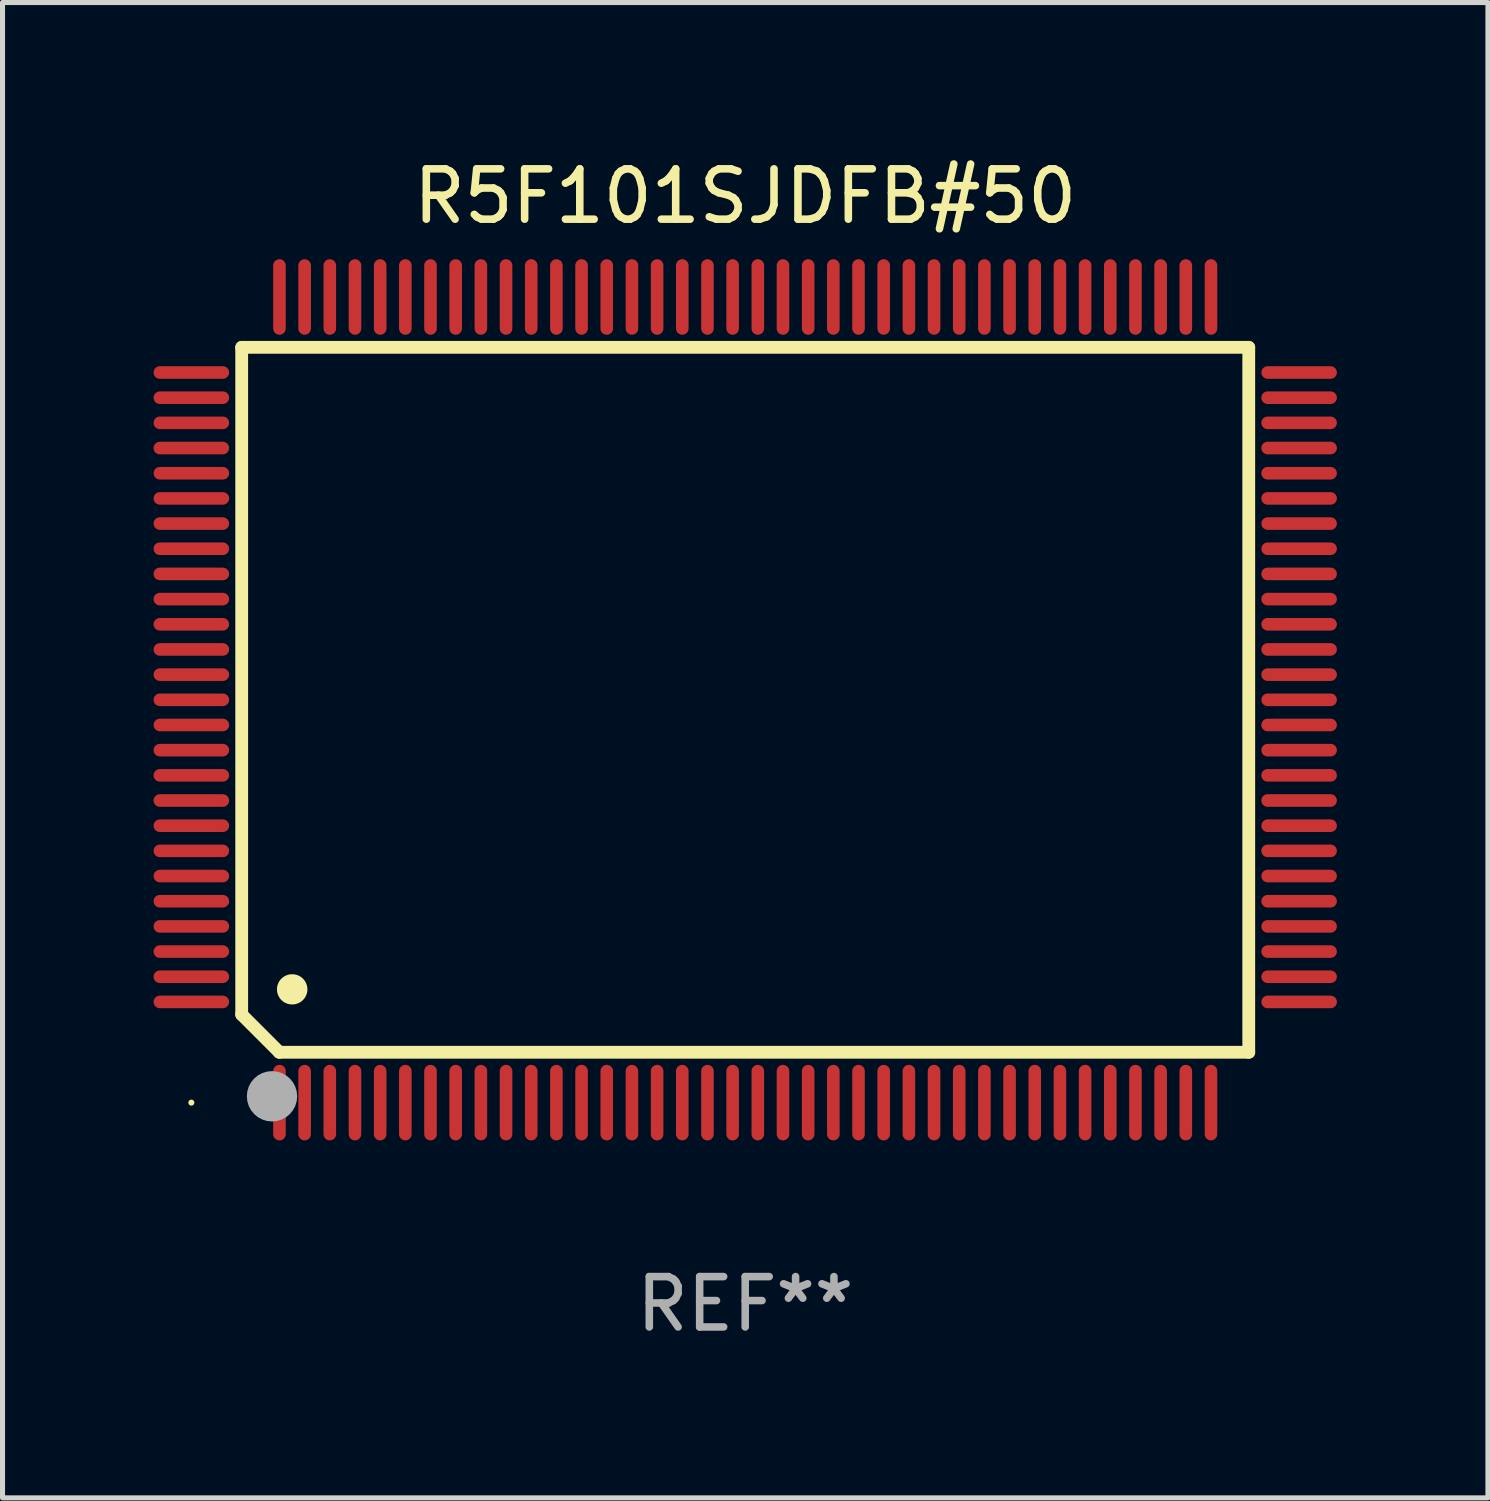
<source format=kicad_pcb>
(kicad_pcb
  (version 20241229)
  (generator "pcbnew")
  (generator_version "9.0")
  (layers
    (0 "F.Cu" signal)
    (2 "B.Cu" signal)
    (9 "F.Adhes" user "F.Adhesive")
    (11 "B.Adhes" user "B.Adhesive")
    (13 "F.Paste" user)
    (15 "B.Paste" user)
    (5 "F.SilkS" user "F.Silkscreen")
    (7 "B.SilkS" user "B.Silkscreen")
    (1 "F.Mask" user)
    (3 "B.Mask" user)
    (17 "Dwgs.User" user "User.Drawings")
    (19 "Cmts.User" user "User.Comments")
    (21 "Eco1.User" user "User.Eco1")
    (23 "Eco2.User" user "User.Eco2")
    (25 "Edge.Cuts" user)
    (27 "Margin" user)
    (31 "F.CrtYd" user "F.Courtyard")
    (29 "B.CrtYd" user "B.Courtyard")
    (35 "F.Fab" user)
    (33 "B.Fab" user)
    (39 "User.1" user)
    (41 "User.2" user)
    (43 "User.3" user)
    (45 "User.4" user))
  (footprint "R5F101SJDFB#50"
    (layer "F.Cu")
    (at 11.75 10.848)
    (property "Reference" "R5F101SJDFB#50" (at 0 -10 0) (layer "F.SilkS") (effects (font (size 1 1) (thickness 0.15))))
    (attr through_hole)
    (fp_line (start -10 -7) (end -10 6.25) (stroke (width 0.254) (type solid)) (layer "F.SilkS"))
    (fp_line (start -10 -7) (end 10 -7) (stroke (width 0.254) (type solid)) (layer "F.SilkS"))
    (fp_line (start -9.252 7) (end -10 6.252) (stroke (width 0.254) (type solid)) (layer "F.SilkS"))
    (fp_line (start 10 -7) (end 10 7) (stroke (width 0.254) (type solid)) (layer "F.SilkS"))
    (fp_line (start 10 7) (end -9.252 7) (stroke (width 0.254) (type solid)) (layer "F.SilkS"))
    (fp_arc (start -9.000025 5.750013) (mid -8.997485 5.750002) (end -8.994945 5.750013) (stroke (width 0.6) (type solid)) (layer "F.SilkS"))
    (fp_circle (center -11 8) (end -10.97 8) (stroke (width 0.06) (type solid)) (fill no) (layer "F.SilkS"))
    (fp_circle (center -9.398 7.874) (end -9.148 7.874) (stroke (width 0.5) (type solid)) (fill no) (layer "F.Fab"))
    (fp_text user "REF**" (at 0 12 0) (layer "F.Fab") (effects (font (size 1 1) (thickness 0.15))))
    (pad "1" smd oval (at -9.25 8) (size 0.25 1.5) (layers "F.Cu" "F.Mask" "F.Paste"))
    (pad "2" smd oval (at -8.75 8) (size 0.25 1.5) (layers "F.Cu" "F.Mask" "F.Paste"))
    (pad "3" smd oval (at -8.25 8) (size 0.25 1.5) (layers "F.Cu" "F.Mask" "F.Paste"))
    (pad "4" smd oval (at -7.75 8) (size 0.25 1.5) (layers "F.Cu" "F.Mask" "F.Paste"))
    (pad "5" smd oval (at -7.25 8) (size 0.25 1.5) (layers "F.Cu" "F.Mask" "F.Paste"))
    (pad "6" smd oval (at -6.75 8) (size 0.25 1.5) (layers "F.Cu" "F.Mask" "F.Paste"))
    (pad "7" smd oval (at -6.25 8) (size 0.25 1.5) (layers "F.Cu" "F.Mask" "F.Paste"))
    (pad "8" smd oval (at -5.75 8) (size 0.25 1.5) (layers "F.Cu" "F.Mask" "F.Paste"))
    (pad "9" smd oval (at -5.25 8) (size 0.25 1.5) (layers "F.Cu" "F.Mask" "F.Paste"))
    (pad "10" smd oval (at -4.75 8) (size 0.25 1.5) (layers "F.Cu" "F.Mask" "F.Paste"))
    (pad "11" smd oval (at -4.25 8) (size 0.25 1.5) (layers "F.Cu" "F.Mask" "F.Paste"))
    (pad "12" smd oval (at -3.75 8) (size 0.25 1.5) (layers "F.Cu" "F.Mask" "F.Paste"))
    (pad "13" smd oval (at -3.25 8) (size 0.25 1.5) (layers "F.Cu" "F.Mask" "F.Paste"))
    (pad "14" smd oval (at -2.75 8) (size 0.25 1.5) (layers "F.Cu" "F.Mask" "F.Paste"))
    (pad "15" smd oval (at -2.25 8) (size 0.25 1.5) (layers "F.Cu" "F.Mask" "F.Paste"))
    (pad "16" smd oval (at -1.75 8) (size 0.25 1.5) (layers "F.Cu" "F.Mask" "F.Paste"))
    (pad "17" smd oval (at -1.25 8) (size 0.25 1.5) (layers "F.Cu" "F.Mask" "F.Paste"))
    (pad "18" smd oval (at -0.75 8) (size 0.25 1.5) (layers "F.Cu" "F.Mask" "F.Paste"))
    (pad "19" smd oval (at -0.25 8) (size 0.25 1.5) (layers "F.Cu" "F.Mask" "F.Paste"))
    (pad "20" smd oval (at 0.25 8) (size 0.25 1.5) (layers "F.Cu" "F.Mask" "F.Paste"))
    (pad "21" smd oval (at 0.75 8) (size 0.25 1.5) (layers "F.Cu" "F.Mask" "F.Paste"))
    (pad "22" smd oval (at 1.25 8) (size 0.25 1.5) (layers "F.Cu" "F.Mask" "F.Paste"))
    (pad "23" smd oval (at 1.75 8) (size 0.25 1.5) (layers "F.Cu" "F.Mask" "F.Paste"))
    (pad "24" smd oval (at 2.25 8) (size 0.25 1.5) (layers "F.Cu" "F.Mask" "F.Paste"))
    (pad "25" smd oval (at 2.75 8) (size 0.25 1.5) (layers "F.Cu" "F.Mask" "F.Paste"))
    (pad "26" smd oval (at 3.25 8) (size 0.25 1.5) (layers "F.Cu" "F.Mask" "F.Paste"))
    (pad "27" smd oval (at 3.75 8) (size 0.25 1.5) (layers "F.Cu" "F.Mask" "F.Paste"))
    (pad "28" smd oval (at 4.25 8) (size 0.25 1.5) (layers "F.Cu" "F.Mask" "F.Paste"))
    (pad "29" smd oval (at 4.75 8) (size 0.25 1.5) (layers "F.Cu" "F.Mask" "F.Paste"))
    (pad "30" smd oval (at 5.25 8) (size 0.25 1.5) (layers "F.Cu" "F.Mask" "F.Paste"))
    (pad "31" smd oval (at 5.75 8) (size 0.25 1.5) (layers "F.Cu" "F.Mask" "F.Paste"))
    (pad "32" smd oval (at 6.25 8) (size 0.25 1.5) (layers "F.Cu" "F.Mask" "F.Paste"))
    (pad "33" smd oval (at 6.75 8 180) (size 0.25 1.5) (layers "F.Cu" "F.Mask" "F.Paste"))
    (pad "34" smd oval (at 7.25 8 180) (size 0.25 1.5) (layers "F.Cu" "F.Mask" "F.Paste"))
    (pad "35" smd oval (at 7.75 8 180) (size 0.25 1.5) (layers "F.Cu" "F.Mask" "F.Paste"))
    (pad "36" smd oval (at 8.25 8 180) (size 0.25 1.5) (layers "F.Cu" "F.Mask" "F.Paste"))
    (pad "37" smd oval (at 8.75 8 180) (size 0.25 1.5) (layers "F.Cu" "F.Mask" "F.Paste"))
    (pad "38" smd oval (at 9.25 8 180) (size 0.25 1.5) (layers "F.Cu" "F.Mask" "F.Paste"))
    (pad "39" smd oval (at 11 6 270) (size 0.25 1.5) (layers "F.Cu" "F.Mask" "F.Paste"))
    (pad "40" smd oval (at 11 5.5 270) (size 0.25 1.5) (layers "F.Cu" "F.Mask" "F.Paste"))
    (pad "41" smd oval (at 11 5 270) (size 0.25 1.5) (layers "F.Cu" "F.Mask" "F.Paste"))
    (pad "42" smd oval (at 11 4.5 270) (size 0.25 1.5) (layers "F.Cu" "F.Mask" "F.Paste"))
    (pad "43" smd oval (at 11 4 270) (size 0.25 1.5) (layers "F.Cu" "F.Mask" "F.Paste"))
    (pad "44" smd oval (at 11 3.5 270) (size 0.25 1.5) (layers "F.Cu" "F.Mask" "F.Paste"))
    (pad "45" smd oval (at 11 3 270) (size 0.25 1.5) (layers "F.Cu" "F.Mask" "F.Paste"))
    (pad "46" smd oval (at 11 2.5 270) (size 0.25 1.5) (layers "F.Cu" "F.Mask" "F.Paste"))
    (pad "47" smd oval (at 11 2 270) (size 0.25 1.5) (layers "F.Cu" "F.Mask" "F.Paste"))
    (pad "48" smd oval (at 11 1.5 270) (size 0.25 1.5) (layers "F.Cu" "F.Mask" "F.Paste"))
    (pad "49" smd oval (at 11 1 270) (size 0.25 1.5) (layers "F.Cu" "F.Mask" "F.Paste"))
    (pad "50" smd oval (at 11 0.5 270) (size 0.25 1.5) (layers "F.Cu" "F.Mask" "F.Paste"))
    (pad "51" smd oval (at 11 0 270) (size 0.25 1.5) (layers "F.Cu" "F.Mask" "F.Paste"))
    (pad "52" smd oval (at 11 -0.5 270) (size 0.25 1.5) (layers "F.Cu" "F.Mask" "F.Paste"))
    (pad "53" smd oval (at 11 -1 270) (size 0.25 1.5) (layers "F.Cu" "F.Mask" "F.Paste"))
    (pad "54" smd oval (at 11 -1.5 270) (size 0.25 1.5) (layers "F.Cu" "F.Mask" "F.Paste"))
    (pad "55" smd oval (at 11 -2 270) (size 0.25 1.5) (layers "F.Cu" "F.Mask" "F.Paste"))
    (pad "56" smd oval (at 11 -2.5 270) (size 0.25 1.5) (layers "F.Cu" "F.Mask" "F.Paste"))
    (pad "57" smd oval (at 11 -3 270) (size 0.25 1.5) (layers "F.Cu" "F.Mask" "F.Paste"))
    (pad "58" smd oval (at 11 -3.5 270) (size 0.25 1.5) (layers "F.Cu" "F.Mask" "F.Paste"))
    (pad "59" smd oval (at 11 -4 270) (size 0.25 1.5) (layers "F.Cu" "F.Mask" "F.Paste"))
    (pad "60" smd oval (at 11 -4.5 270) (size 0.25 1.5) (layers "F.Cu" "F.Mask" "F.Paste"))
    (pad "61" smd oval (at 11 -5 270) (size 0.25 1.5) (layers "F.Cu" "F.Mask" "F.Paste"))
    (pad "62" smd oval (at 11 -5.5 270) (size 0.25 1.5) (layers "F.Cu" "F.Mask" "F.Paste"))
    (pad "63" smd oval (at 11 -6 270) (size 0.25 1.5) (layers "F.Cu" "F.Mask" "F.Paste"))
    (pad "64" smd oval (at 11 -6.5 270) (size 0.25 1.5) (layers "F.Cu" "F.Mask" "F.Paste"))
    (pad "65" smd oval (at 9.25 -8 180) (size 0.25 1.5) (layers "F.Cu" "F.Mask" "F.Paste"))
    (pad "66" smd oval (at 8.75 -8 180) (size 0.25 1.5) (layers "F.Cu" "F.Mask" "F.Paste"))
    (pad "67" smd oval (at 8.25 -8 180) (size 0.25 1.5) (layers "F.Cu" "F.Mask" "F.Paste"))
    (pad "68" smd oval (at 7.75 -8 180) (size 0.25 1.5) (layers "F.Cu" "F.Mask" "F.Paste"))
    (pad "69" smd oval (at 7.25 -8 180) (size 0.25 1.5) (layers "F.Cu" "F.Mask" "F.Paste"))
    (pad "70" smd oval (at 6.75 -8 180) (size 0.25 1.5) (layers "F.Cu" "F.Mask" "F.Paste"))
    (pad "71" smd oval (at 6.25 -8 180) (size 0.25 1.5) (layers "F.Cu" "F.Mask" "F.Paste"))
    (pad "72" smd oval (at 5.75 -8 180) (size 0.25 1.5) (layers "F.Cu" "F.Mask" "F.Paste"))
    (pad "73" smd oval (at 5.25 -8 180) (size 0.25 1.5) (layers "F.Cu" "F.Mask" "F.Paste"))
    (pad "74" smd oval (at 4.75 -8 180) (size 0.25 1.5) (layers "F.Cu" "F.Mask" "F.Paste"))
    (pad "75" smd oval (at 4.25 -8 180) (size 0.25 1.5) (layers "F.Cu" "F.Mask" "F.Paste"))
    (pad "76" smd oval (at 3.75 -8 180) (size 0.25 1.5) (layers "F.Cu" "F.Mask" "F.Paste"))
    (pad "77" smd oval (at 3.25 -8 180) (size 0.25 1.5) (layers "F.Cu" "F.Mask" "F.Paste"))
    (pad "78" smd oval (at 2.75 -8 180) (size 0.25 1.5) (layers "F.Cu" "F.Mask" "F.Paste"))
    (pad "79" smd oval (at 2.25 -8 180) (size 0.25 1.5) (layers "F.Cu" "F.Mask" "F.Paste"))
    (pad "80" smd oval (at 1.75 -8 180) (size 0.25 1.5) (layers "F.Cu" "F.Mask" "F.Paste"))
    (pad "81" smd oval (at 1.25 -8 180) (size 0.25 1.5) (layers "F.Cu" "F.Mask" "F.Paste"))
    (pad "82" smd oval (at 0.75 -8 180) (size 0.25 1.5) (layers "F.Cu" "F.Mask" "F.Paste"))
    (pad "83" smd oval (at 0.25 -8 180) (size 0.25 1.5) (layers "F.Cu" "F.Mask" "F.Paste"))
    (pad "84" smd oval (at -0.25 -8 180) (size 0.25 1.5) (layers "F.Cu" "F.Mask" "F.Paste"))
    (pad "85" smd oval (at -0.75 -8 180) (size 0.25 1.5) (layers "F.Cu" "F.Mask" "F.Paste"))
    (pad "86" smd oval (at -1.25 -8 180) (size 0.25 1.5) (layers "F.Cu" "F.Mask" "F.Paste"))
    (pad "87" smd oval (at -1.75 -8 180) (size 0.25 1.5) (layers "F.Cu" "F.Mask" "F.Paste"))
    (pad "88" smd oval (at -2.25 -8 180) (size 0.25 1.5) (layers "F.Cu" "F.Mask" "F.Paste"))
    (pad "89" smd oval (at -2.75 -8 180) (size 0.25 1.5) (layers "F.Cu" "F.Mask" "F.Paste"))
    (pad "90" smd oval (at -3.25 -8 180) (size 0.25 1.5) (layers "F.Cu" "F.Mask" "F.Paste"))
    (pad "91" smd oval (at -3.75 -8 180) (size 0.25 1.5) (layers "F.Cu" "F.Mask" "F.Paste"))
    (pad "92" smd oval (at -4.25 -8 180) (size 0.25 1.5) (layers "F.Cu" "F.Mask" "F.Paste"))
    (pad "93" smd oval (at -4.75 -8 180) (size 0.25 1.5) (layers "F.Cu" "F.Mask" "F.Paste"))
    (pad "94" smd oval (at -5.25 -8 180) (size 0.25 1.5) (layers "F.Cu" "F.Mask" "F.Paste"))
    (pad "95" smd oval (at -5.75 -8 180) (size 0.25 1.5) (layers "F.Cu" "F.Mask" "F.Paste"))
    (pad "96" smd oval (at -6.25 -8 180) (size 0.25 1.5) (layers "F.Cu" "F.Mask" "F.Paste"))
    (pad "97" smd oval (at -6.75 -8 180) (size 0.25 1.5) (layers "F.Cu" "F.Mask" "F.Paste"))
    (pad "98" smd oval (at -7.25 -8 180) (size 0.25 1.5) (layers "F.Cu" "F.Mask" "F.Paste"))
    (pad "99" smd oval (at -7.75 -8 180) (size 0.25 1.5) (layers "F.Cu" "F.Mask" "F.Paste"))
    (pad "100" smd oval (at -8.25 -8 180) (size 0.25 1.5) (layers "F.Cu" "F.Mask" "F.Paste"))
    (pad "101" smd oval (at -8.75 -8 180) (size 0.25 1.5) (layers "F.Cu" "F.Mask" "F.Paste"))
    (pad "102" smd oval (at -9.25 -8) (size 0.25 1.5) (layers "F.Cu" "F.Mask" "F.Paste"))
    (pad "103" smd oval (at -11 -6.5 270) (size 0.25 1.5) (layers "F.Cu" "F.Mask" "F.Paste"))
    (pad "104" smd oval (at -11 -6 270) (size 0.25 1.5) (layers "F.Cu" "F.Mask" "F.Paste"))
    (pad "105" smd oval (at -11 -5.5 270) (size 0.25 1.5) (layers "F.Cu" "F.Mask" "F.Paste"))
    (pad "106" smd oval (at -11 -5 270) (size 0.25 1.5) (layers "F.Cu" "F.Mask" "F.Paste"))
    (pad "107" smd oval (at -11 -4.5 270) (size 0.25 1.5) (layers "F.Cu" "F.Mask" "F.Paste"))
    (pad "108" smd oval (at -11 -4 270) (size 0.25 1.5) (layers "F.Cu" "F.Mask" "F.Paste"))
    (pad "109" smd oval (at -11 -3.5 270) (size 0.25 1.5) (layers "F.Cu" "F.Mask" "F.Paste"))
    (pad "110" smd oval (at -11 -3 270) (size 0.25 1.5) (layers "F.Cu" "F.Mask" "F.Paste"))
    (pad "111" smd oval (at -11 -2.5 270) (size 0.25 1.5) (layers "F.Cu" "F.Mask" "F.Paste"))
    (pad "112" smd oval (at -11 -2 270) (size 0.25 1.5) (layers "F.Cu" "F.Mask" "F.Paste"))
    (pad "113" smd oval (at -11 -1.5 270) (size 0.25 1.5) (layers "F.Cu" "F.Mask" "F.Paste"))
    (pad "114" smd oval (at -11 -1 270) (size 0.25 1.5) (layers "F.Cu" "F.Mask" "F.Paste"))
    (pad "115" smd oval (at -11 -0.5 270) (size 0.25 1.5) (layers "F.Cu" "F.Mask" "F.Paste"))
    (pad "116" smd oval (at -11 0 270) (size 0.25 1.5) (layers "F.Cu" "F.Mask" "F.Paste"))
    (pad "117" smd oval (at -11 0.5 270) (size 0.25 1.5) (layers "F.Cu" "F.Mask" "F.Paste"))
    (pad "118" smd oval (at -11 1 270) (size 0.25 1.5) (layers "F.Cu" "F.Mask" "F.Paste"))
    (pad "119" smd oval (at -11 1.5 270) (size 0.25 1.5) (layers "F.Cu" "F.Mask" "F.Paste"))
    (pad "120" smd oval (at -11 2 270) (size 0.25 1.5) (layers "F.Cu" "F.Mask" "F.Paste"))
    (pad "121" smd oval (at -11 2.5 270) (size 0.25 1.5) (layers "F.Cu" "F.Mask" "F.Paste"))
    (pad "122" smd oval (at -11 3 270) (size 0.25 1.5) (layers "F.Cu" "F.Mask" "F.Paste"))
    (pad "123" smd oval (at -11 3.5 270) (size 0.25 1.5) (layers "F.Cu" "F.Mask" "F.Paste"))
    (pad "124" smd oval (at -11 4 270) (size 0.25 1.5) (layers "F.Cu" "F.Mask" "F.Paste"))
    (pad "125" smd oval (at -11 4.5 270) (size 0.25 1.5) (layers "F.Cu" "F.Mask" "F.Paste"))
    (pad "126" smd oval (at -11 5 270) (size 0.25 1.5) (layers "F.Cu" "F.Mask" "F.Paste"))
    (pad "127" smd oval (at -11 5.5 270) (size 0.25 1.5) (layers "F.Cu" "F.Mask" "F.Paste"))
    (pad "128" smd oval (at -11 6 270) (size 0.25 1.5) (layers "F.Cu" "F.Mask" "F.Paste")))
  (gr_rect
    (start -3 -3)
    (end 26.5 26.697)
    (stroke (width 0.1) (type default))
    (fill no)
    (layer "Edge.Cuts")))
</source>
